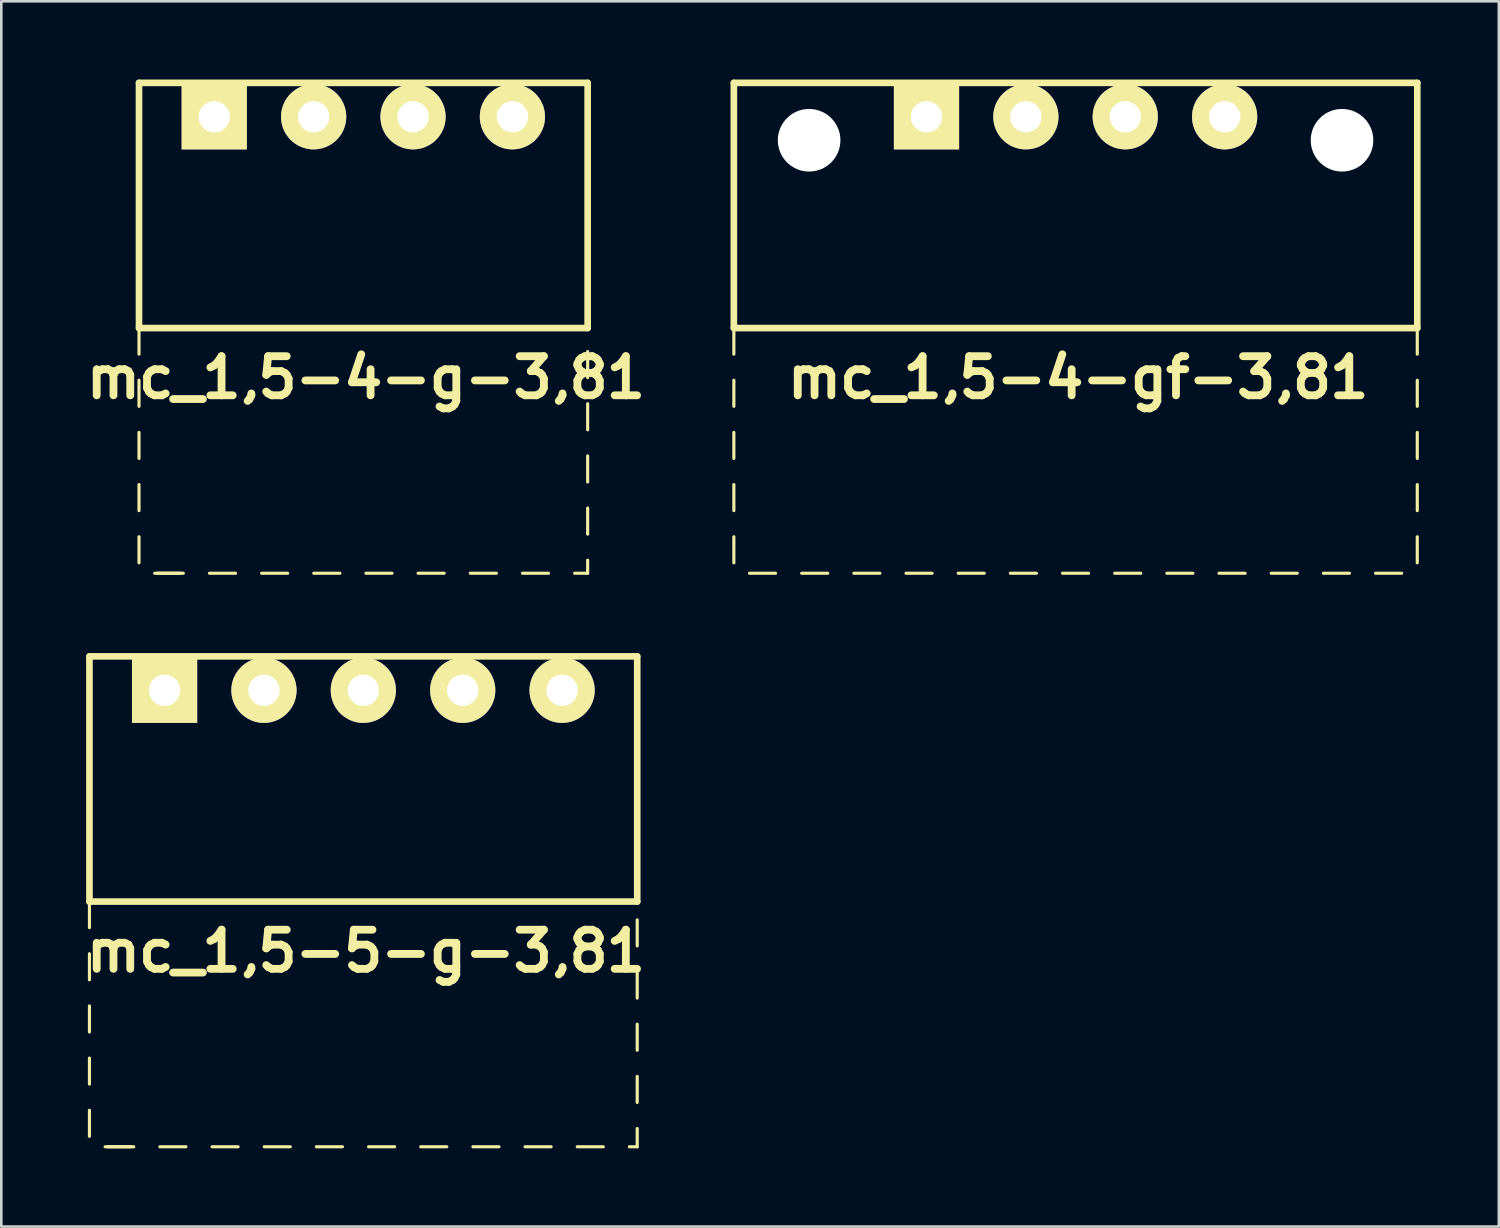
<source format=kicad_pcb>
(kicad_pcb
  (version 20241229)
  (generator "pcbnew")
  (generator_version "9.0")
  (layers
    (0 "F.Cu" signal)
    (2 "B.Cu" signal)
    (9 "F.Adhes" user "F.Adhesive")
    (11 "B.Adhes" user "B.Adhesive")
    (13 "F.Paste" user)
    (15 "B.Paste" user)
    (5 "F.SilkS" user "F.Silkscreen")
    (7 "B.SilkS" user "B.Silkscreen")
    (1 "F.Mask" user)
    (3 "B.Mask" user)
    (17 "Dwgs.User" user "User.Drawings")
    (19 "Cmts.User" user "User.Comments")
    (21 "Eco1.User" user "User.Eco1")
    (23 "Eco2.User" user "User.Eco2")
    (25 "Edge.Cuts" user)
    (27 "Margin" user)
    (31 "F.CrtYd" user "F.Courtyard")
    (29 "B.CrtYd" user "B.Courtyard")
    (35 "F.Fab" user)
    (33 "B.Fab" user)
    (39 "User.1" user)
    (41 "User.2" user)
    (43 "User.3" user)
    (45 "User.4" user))
  (footprint "mc_1,5-4-gf-3,81"
    (layer "F.Cu")
    (at 38.184 1.427)
    (property "Reference" "mc_1,5-4-gf-3,81" (at 0.1 10 0) (layer "F.SilkS") (effects (font (size 1.5 1.5) (thickness 0.3))))
    (attr through_hole)
    (fp_line (start -13.1 -1.3) (end -13.1 8.1) (stroke (width 0.254) (type solid)) (layer "F.SilkS"))
    (fp_line (start -13.1 -1.3) (end 13.1 -1.3) (stroke (width 0.254) (type solid)) (layer "F.SilkS"))
    (fp_line (start -13.1 8.1) (end -13.1 9.1) (stroke (width 0.12) (type solid)) (layer "F.SilkS"))
    (fp_line (start -13.1 8.1) (end 13.1 8.1) (stroke (width 0.254) (type solid)) (layer "F.SilkS"))
    (fp_line (start -13.1 10.1) (end -13.1 11.1) (stroke (width 0.12) (type solid)) (layer "F.SilkS"))
    (fp_line (start -13.1 12.1) (end -13.1 13.1) (stroke (width 0.12) (type solid)) (layer "F.SilkS"))
    (fp_line (start -13.1 14.1) (end -13.1 15.1) (stroke (width 0.12) (type solid)) (layer "F.SilkS"))
    (fp_line (start -13.1 16.1) (end -13.1 17.1) (stroke (width 0.12) (type solid)) (layer "F.SilkS"))
    (fp_line (start -12.5 17.5) (end -11.5 17.5) (stroke (width 0.12) (type solid)) (layer "F.SilkS"))
    (fp_line (start -10.5 17.5) (end -9.5 17.5) (stroke (width 0.12) (type solid)) (layer "F.SilkS"))
    (fp_line (start -8.5 17.5) (end -7.5 17.5) (stroke (width 0.12) (type solid)) (layer "F.SilkS"))
    (fp_line (start -6.5 17.5) (end -5.5 17.5) (stroke (width 0.12) (type solid)) (layer "F.SilkS"))
    (fp_line (start -4.5 17.5) (end -3.5 17.5) (stroke (width 0.12) (type solid)) (layer "F.SilkS"))
    (fp_line (start -2.5 17.5) (end -1.5 17.5) (stroke (width 0.12) (type solid)) (layer "F.SilkS"))
    (fp_line (start -0.5 17.5) (end 0.5 17.5) (stroke (width 0.12) (type solid)) (layer "F.SilkS"))
    (fp_line (start 1.5 17.5) (end 2.5 17.5) (stroke (width 0.12) (type solid)) (layer "F.SilkS"))
    (fp_line (start 3.5 17.5) (end 4.5 17.5) (stroke (width 0.12) (type solid)) (layer "F.SilkS"))
    (fp_line (start 5.5 17.5) (end 6.5 17.5) (stroke (width 0.12) (type solid)) (layer "F.SilkS"))
    (fp_line (start 7.5 17.5) (end 8.5 17.5) (stroke (width 0.12) (type solid)) (layer "F.SilkS"))
    (fp_line (start 9.5 17.5) (end 10.5 17.5) (stroke (width 0.12) (type solid)) (layer "F.SilkS"))
    (fp_line (start 11.5 17.5) (end 12.5 17.5) (stroke (width 0.12) (type solid)) (layer "F.SilkS"))
    (fp_line (start 13.1 -1.3) (end 13.1 8.1) (stroke (width 0.254) (type solid)) (layer "F.SilkS"))
    (fp_line (start 13.1 8.1) (end 13.1 9.1) (stroke (width 0.12) (type solid)) (layer "F.SilkS"))
    (fp_line (start 13.1 10.1) (end 13.1 11.1) (stroke (width 0.12) (type solid)) (layer "F.SilkS"))
    (fp_line (start 13.1 12.1) (end 13.1 13.1) (stroke (width 0.12) (type solid)) (layer "F.SilkS"))
    (fp_line (start 13.1 14.1) (end 13.1 15.1) (stroke (width 0.12) (type solid)) (layer "F.SilkS"))
    (fp_line (start 13.1 16.1) (end 13.1 17.1) (stroke (width 0.12) (type solid)) (layer "F.SilkS"))
    (pad "" np_thru_hole circle (at -10.215 0.9) (size 2.4 2.4) (drill 2.4) (layers "*.Cu" "*.Mask"))
    (pad "" np_thru_hole circle (at 10.215 0.9) (size 2.4 2.4) (drill 2.4) (layers "*.Cu" "*.Mask"))
    (pad "1" thru_hole rect (at -5.715 0) (size 2.5 2.5) (drill 1.2) (layers "*.Cu" "*.Mask" "F.SilkS"))
    (pad "2" thru_hole circle (at -1.905 0) (size 2.5 2.5) (drill 1.2) (layers "*.Cu" "*.Mask" "F.SilkS"))
    (pad "3" thru_hole circle (at 1.905 0) (size 2.5 2.5) (drill 1.2) (layers "*.Cu" "*.Mask" "F.SilkS"))
    (pad "4" thru_hole circle (at 5.715 0) (size 2.5 2.5) (drill 1.2) (layers "*.Cu" "*.Mask" "F.SilkS")))
  (footprint "mc_1,5-5-g-3,81"
    (layer "F.Cu")
    (at 10.879 23.414)
    (property "Reference" "mc_1,5-5-g-3,81" (at 0.1 10 0) (layer "F.SilkS") (effects (font (size 1.5 1.5) (thickness 0.3))))
    (attr through_hole)
    (fp_line (start -10.5 -1.3) (end -10.5 8.1) (stroke (width 0.254) (type solid)) (layer "F.SilkS"))
    (fp_line (start -10.5 -1.3) (end 10.5 -1.3) (stroke (width 0.254) (type solid)) (layer "F.SilkS"))
    (fp_line (start -10.5 8.1) (end -10.5 9.1) (stroke (width 0.12) (type solid)) (layer "F.SilkS"))
    (fp_line (start -10.5 8.1) (end 10.5 8.1) (stroke (width 0.254) (type solid)) (layer "F.SilkS"))
    (fp_line (start -10.5 10.1) (end -10.5 11.1) (stroke (width 0.12) (type solid)) (layer "F.SilkS"))
    (fp_line (start -10.5 12.1) (end -10.5 13.1) (stroke (width 0.12) (type solid)) (layer "F.SilkS"))
    (fp_line (start -10.5 14.1) (end -10.5 15.1) (stroke (width 0.12) (type solid)) (layer "F.SilkS"))
    (fp_line (start -10.5 16.1) (end -10.5 17.1) (stroke (width 0.12) (type solid)) (layer "F.SilkS"))
    (fp_line (start -9.9 17.5) (end -8.9 17.5) (stroke (width 0.12) (type solid)) (layer "F.SilkS"))
    (fp_line (start -9.8 17.5) (end -8.8 17.5) (stroke (width 0.12) (type solid)) (layer "F.SilkS"))
    (fp_line (start -7.8 17.5) (end -6.8 17.5) (stroke (width 0.12) (type solid)) (layer "F.SilkS"))
    (fp_line (start -5.8 17.5) (end -4.8 17.5) (stroke (width 0.12) (type solid)) (layer "F.SilkS"))
    (fp_line (start -3.8 17.5) (end -2.8 17.5) (stroke (width 0.12) (type solid)) (layer "F.SilkS"))
    (fp_line (start -1.8 17.5) (end -0.8 17.5) (stroke (width 0.12) (type solid)) (layer "F.SilkS"))
    (fp_line (start 0.2 17.5) (end 1.2 17.5) (stroke (width 0.12) (type solid)) (layer "F.SilkS"))
    (fp_line (start 2.2 17.5) (end 3.2 17.5) (stroke (width 0.12) (type solid)) (layer "F.SilkS"))
    (fp_line (start 4.2 17.5) (end 5.2 17.5) (stroke (width 0.12) (type solid)) (layer "F.SilkS"))
    (fp_line (start 6.2 17.5) (end 7.2 17.5) (stroke (width 0.12) (type solid)) (layer "F.SilkS"))
    (fp_line (start 8.2 17.5) (end 9.2 17.5) (stroke (width 0.12) (type solid)) (layer "F.SilkS"))
    (fp_line (start 10.2 17.5) (end 10.5 17.5) (stroke (width 0.12) (type solid)) (layer "F.SilkS"))
    (fp_line (start 10.5 -1.3) (end 10.5 8.1) (stroke (width 0.254) (type solid)) (layer "F.SilkS"))
    (fp_line (start 10.5 8.8) (end 10.5 9.8) (stroke (width 0.12) (type solid)) (layer "F.SilkS"))
    (fp_line (start 10.5 10.8) (end 10.5 11.8) (stroke (width 0.12) (type solid)) (layer "F.SilkS"))
    (fp_line (start 10.5 12.8) (end 10.5 13.8) (stroke (width 0.12) (type solid)) (layer "F.SilkS"))
    (fp_line (start 10.5 14.8) (end 10.5 15.8) (stroke (width 0.12) (type solid)) (layer "F.SilkS"))
    (fp_line (start 10.5 16.8) (end 10.5 17.5) (stroke (width 0.12) (type solid)) (layer "F.SilkS"))
    (pad "1" thru_hole rect (at -7.62 0) (size 2.5 2.5) (drill 1.2) (layers "*.Cu" "*.Mask" "F.SilkS"))
    (pad "2" thru_hole circle (at -3.81 0) (size 2.5 2.5) (drill 1.2) (layers "*.Cu" "*.Mask" "F.SilkS"))
    (pad "3" thru_hole circle (at 0 0) (size 2.5 2.5) (drill 1.2) (layers "*.Cu" "*.Mask" "F.SilkS"))
    (pad "4" thru_hole circle (at 3.81 0) (size 2.5 2.5) (drill 1.2) (layers "*.Cu" "*.Mask" "F.SilkS"))
    (pad "5" thru_hole circle (at 7.62 0) (size 2.5 2.5) (drill 1.2) (layers "*.Cu" "*.Mask" "F.SilkS")))
  (footprint "mc_1,5-4-g-3,81"
    (layer "F.Cu")
    (at 10.879 1.427)
    (property "Reference" "mc_1,5-4-g-3,81" (at 0.1 10 0) (layer "F.SilkS") (effects (font (size 1.5 1.5) (thickness 0.3))))
    (attr through_hole)
    (fp_line (start -8.6 -1.3) (end -8.6 8.1) (stroke (width 0.254) (type solid)) (layer "F.SilkS"))
    (fp_line (start -8.6 -1.3) (end 8.6 -1.3) (stroke (width 0.254) (type solid)) (layer "F.SilkS"))
    (fp_line (start -8.6 8.1) (end -8.6 9.1) (stroke (width 0.12) (type solid)) (layer "F.SilkS"))
    (fp_line (start -8.6 8.1) (end 8.6 8.1) (stroke (width 0.254) (type solid)) (layer "F.SilkS"))
    (fp_line (start -8.6 10.1) (end -8.6 11.1) (stroke (width 0.12) (type solid)) (layer "F.SilkS"))
    (fp_line (start -8.6 12.1) (end -8.6 13.1) (stroke (width 0.12) (type solid)) (layer "F.SilkS"))
    (fp_line (start -8.6 14.1) (end -8.6 15.1) (stroke (width 0.12) (type solid)) (layer "F.SilkS"))
    (fp_line (start -8.6 16.1) (end -8.6 17.1) (stroke (width 0.12) (type solid)) (layer "F.SilkS"))
    (fp_line (start -8 17.5) (end -7 17.5) (stroke (width 0.12) (type solid)) (layer "F.SilkS"))
    (fp_line (start -7.9 17.5) (end -6.9 17.5) (stroke (width 0.12) (type solid)) (layer "F.SilkS"))
    (fp_line (start -5.9 17.5) (end -4.9 17.5) (stroke (width 0.12) (type solid)) (layer "F.SilkS"))
    (fp_line (start -3.9 17.5) (end -2.9 17.5) (stroke (width 0.12) (type solid)) (layer "F.SilkS"))
    (fp_line (start -1.9 17.5) (end -0.9 17.5) (stroke (width 0.12) (type solid)) (layer "F.SilkS"))
    (fp_line (start 0.1 17.5) (end 1.1 17.5) (stroke (width 0.12) (type solid)) (layer "F.SilkS"))
    (fp_line (start 2.1 17.5) (end 3.1 17.5) (stroke (width 0.12) (type solid)) (layer "F.SilkS"))
    (fp_line (start 4.1 17.5) (end 5.1 17.5) (stroke (width 0.12) (type solid)) (layer "F.SilkS"))
    (fp_line (start 6.1 17.5) (end 7.1 17.5) (stroke (width 0.12) (type solid)) (layer "F.SilkS"))
    (fp_line (start 8.1 17.5) (end 8.6 17.5) (stroke (width 0.12) (type solid)) (layer "F.SilkS"))
    (fp_line (start 8.6 -1.3) (end 8.6 8.1) (stroke (width 0.254) (type solid)) (layer "F.SilkS"))
    (fp_line (start 8.6 9) (end 8.6 10) (stroke (width 0.12) (type solid)) (layer "F.SilkS"))
    (fp_line (start 8.6 11) (end 8.6 12) (stroke (width 0.12) (type solid)) (layer "F.SilkS"))
    (fp_line (start 8.6 13) (end 8.6 14) (stroke (width 0.12) (type solid)) (layer "F.SilkS"))
    (fp_line (start 8.6 15) (end 8.6 16) (stroke (width 0.12) (type solid)) (layer "F.SilkS"))
    (fp_line (start 8.6 17) (end 8.6 17.5) (stroke (width 0.12) (type solid)) (layer "F.SilkS"))
    (pad "1" thru_hole rect (at -5.715 0) (size 2.5 2.5) (drill 1.2) (layers "*.Cu" "*.Mask" "F.SilkS"))
    (pad "2" thru_hole circle (at -1.905 0) (size 2.5 2.5) (drill 1.2) (layers "*.Cu" "*.Mask" "F.SilkS"))
    (pad "3" thru_hole circle (at 1.905 0) (size 2.5 2.5) (drill 1.2) (layers "*.Cu" "*.Mask" "F.SilkS"))
    (pad "4" thru_hole circle (at 5.715 0) (size 2.5 2.5) (drill 1.2) (layers "*.Cu" "*.Mask" "F.SilkS")))
  (gr_rect
    (start -3 -3)
    (end 54.411 43.974)
    (stroke (width 0.1) (type default))
    (fill no)
    (layer "Edge.Cuts")))
</source>
